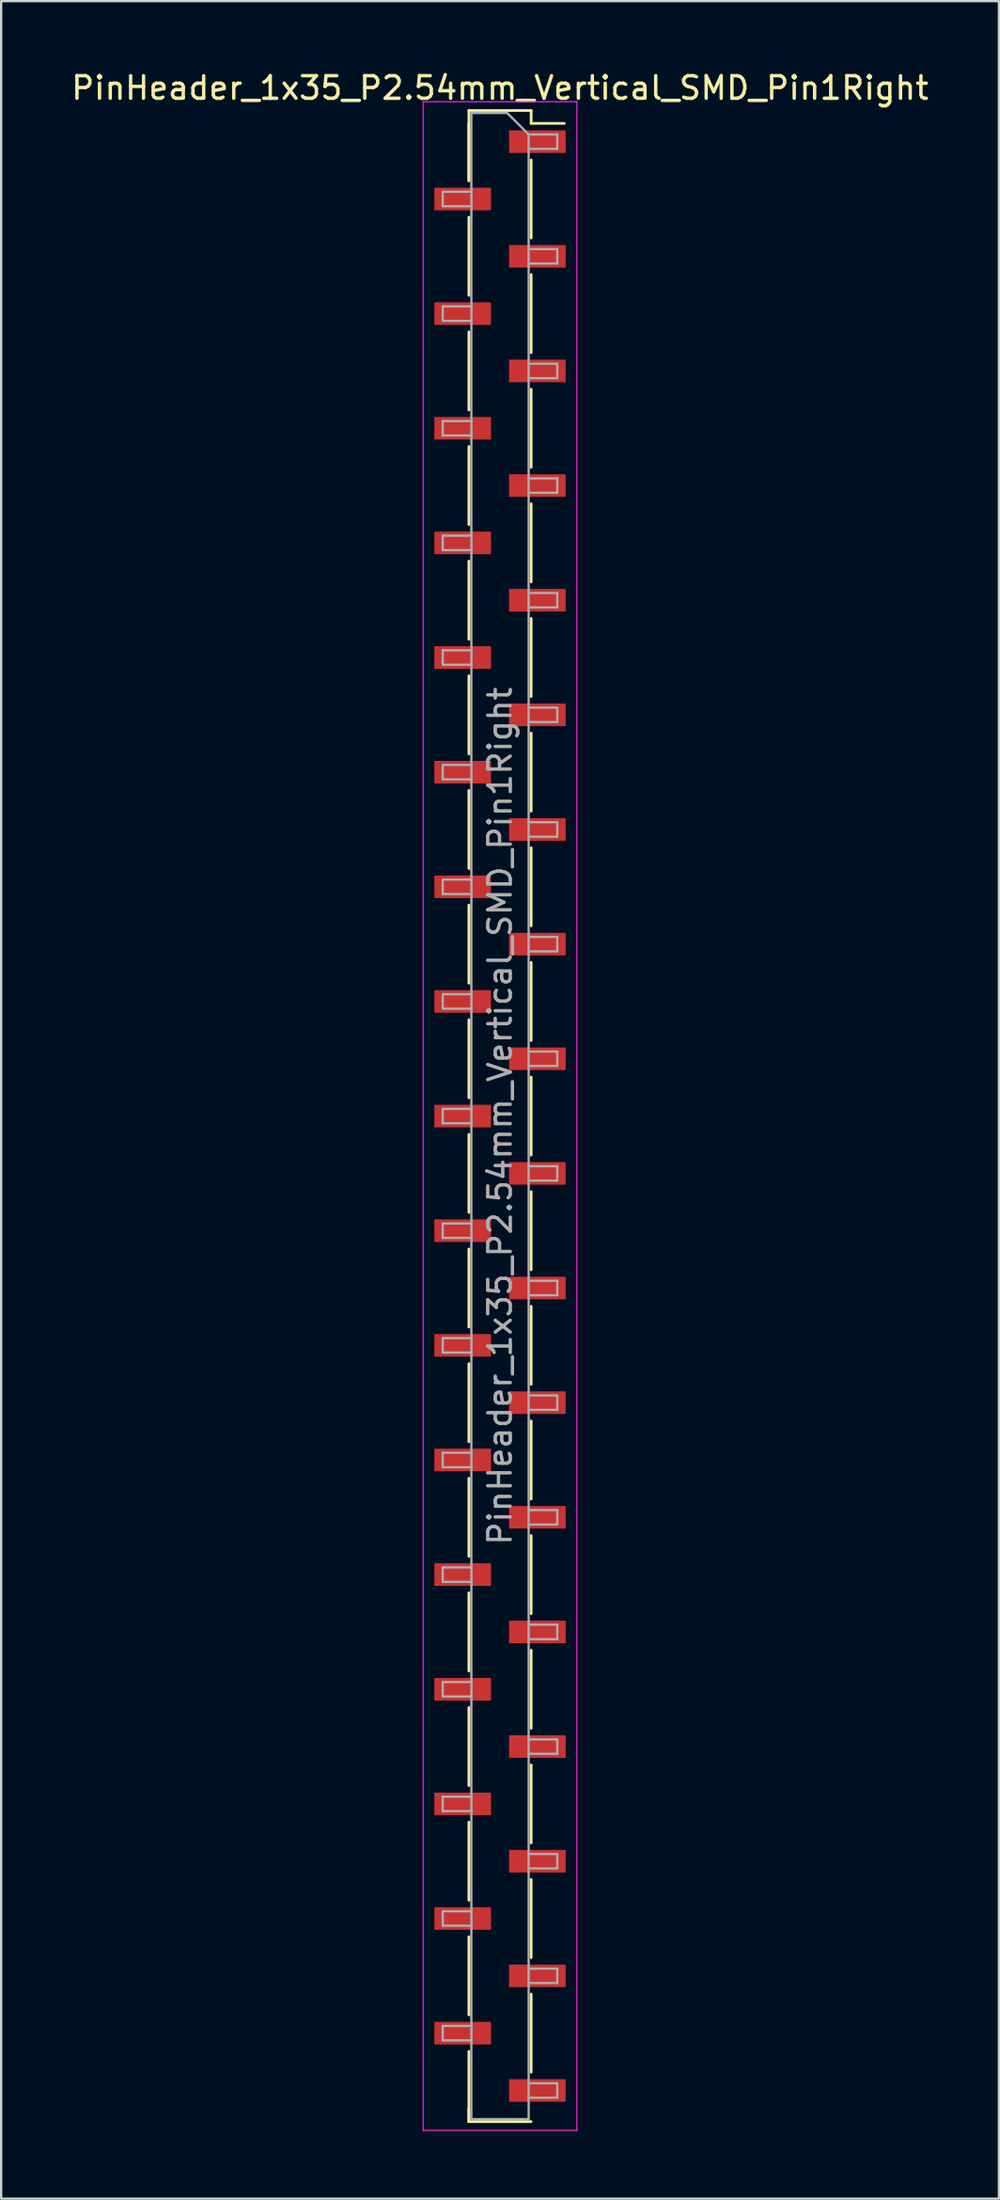
<source format=kicad_pcb>
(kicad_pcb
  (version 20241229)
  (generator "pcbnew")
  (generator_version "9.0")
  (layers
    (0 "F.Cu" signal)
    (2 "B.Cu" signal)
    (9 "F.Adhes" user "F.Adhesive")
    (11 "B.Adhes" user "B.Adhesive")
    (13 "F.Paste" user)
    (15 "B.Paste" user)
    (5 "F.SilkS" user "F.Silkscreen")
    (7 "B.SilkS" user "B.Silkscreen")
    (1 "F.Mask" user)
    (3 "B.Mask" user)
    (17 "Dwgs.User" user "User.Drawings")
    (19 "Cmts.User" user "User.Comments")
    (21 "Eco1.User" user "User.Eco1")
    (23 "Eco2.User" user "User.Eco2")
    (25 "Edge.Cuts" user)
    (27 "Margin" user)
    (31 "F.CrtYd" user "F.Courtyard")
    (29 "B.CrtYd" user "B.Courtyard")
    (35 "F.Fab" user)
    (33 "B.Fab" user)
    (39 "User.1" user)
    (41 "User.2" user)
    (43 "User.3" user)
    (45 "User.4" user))
  (footprint "PinHeader_1x35_P2.54mm_Vertical_SMD_Pin1Right"
    (layer "F.Cu")
    (at 19.125 46.408)
    (property "Reference" "PinHeader_1x35_P2.54mm_Vertical_SMD_Pin1Right" (at 0 -45.56 0) (layer "F.SilkS") (effects (font (size 1 1) (thickness 0.15))))
    (attr smd)
    (fp_line (start -1.38 -44.56) (end -1.38 -41.45) (stroke (width 0.12) (type solid)) (layer "F.SilkS"))
    (fp_line (start -1.38 -44.56) (end 1.38 -44.56) (stroke (width 0.12) (type solid)) (layer "F.SilkS"))
    (fp_line (start -1.38 -43.99) (end -1.38 -41.45) (stroke (width 0.12) (type solid)) (layer "F.SilkS"))
    (fp_line (start -1.38 -39.83) (end -1.38 -36.37) (stroke (width 0.12) (type solid)) (layer "F.SilkS"))
    (fp_line (start -1.38 -34.75) (end -1.38 -31.29) (stroke (width 0.12) (type solid)) (layer "F.SilkS"))
    (fp_line (start -1.38 -29.67) (end -1.38 -26.21) (stroke (width 0.12) (type solid)) (layer "F.SilkS"))
    (fp_line (start -1.38 -24.59) (end -1.38 -21.13) (stroke (width 0.12) (type solid)) (layer "F.SilkS"))
    (fp_line (start -1.38 -19.51) (end -1.38 -16.05) (stroke (width 0.12) (type solid)) (layer "F.SilkS"))
    (fp_line (start -1.38 -14.43) (end -1.38 -10.97) (stroke (width 0.12) (type solid)) (layer "F.SilkS"))
    (fp_line (start -1.38 -9.35) (end -1.38 -5.89) (stroke (width 0.12) (type solid)) (layer "F.SilkS"))
    (fp_line (start -1.38 -4.27) (end -1.38 -0.81) (stroke (width 0.12) (type solid)) (layer "F.SilkS"))
    (fp_line (start -1.38 0.81) (end -1.38 4.27) (stroke (width 0.12) (type solid)) (layer "F.SilkS"))
    (fp_line (start -1.38 5.89) (end -1.38 9.35) (stroke (width 0.12) (type solid)) (layer "F.SilkS"))
    (fp_line (start -1.38 10.97) (end -1.38 14.43) (stroke (width 0.12) (type solid)) (layer "F.SilkS"))
    (fp_line (start -1.38 16.05) (end -1.38 19.51) (stroke (width 0.12) (type solid)) (layer "F.SilkS"))
    (fp_line (start -1.38 21.13) (end -1.38 24.59) (stroke (width 0.12) (type solid)) (layer "F.SilkS"))
    (fp_line (start -1.38 26.21) (end -1.38 29.67) (stroke (width 0.12) (type solid)) (layer "F.SilkS"))
    (fp_line (start -1.38 31.29) (end -1.38 34.75) (stroke (width 0.12) (type solid)) (layer "F.SilkS"))
    (fp_line (start -1.38 36.37) (end -1.38 39.83) (stroke (width 0.12) (type solid)) (layer "F.SilkS"))
    (fp_line (start -1.38 41.45) (end -1.38 44.56) (stroke (width 0.12) (type solid)) (layer "F.SilkS"))
    (fp_line (start -1.38 43.99) (end -1.38 44.56) (stroke (width 0.12) (type solid)) (layer "F.SilkS"))
    (fp_line (start -1.38 44.56) (end 1.38 44.56) (stroke (width 0.12) (type solid)) (layer "F.SilkS"))
    (fp_line (start 1.38 -44.56) (end 1.38 -43.99) (stroke (width 0.12) (type solid)) (layer "F.SilkS"))
    (fp_line (start 1.38 -43.99) (end 2.85 -43.99) (stroke (width 0.12) (type solid)) (layer "F.SilkS"))
    (fp_line (start 1.38 -42.37) (end 1.38 -38.91) (stroke (width 0.12) (type solid)) (layer "F.SilkS"))
    (fp_line (start 1.38 -37.29) (end 1.38 -33.83) (stroke (width 0.12) (type solid)) (layer "F.SilkS"))
    (fp_line (start 1.38 -32.21) (end 1.38 -28.75) (stroke (width 0.12) (type solid)) (layer "F.SilkS"))
    (fp_line (start 1.38 -27.13) (end 1.38 -23.67) (stroke (width 0.12) (type solid)) (layer "F.SilkS"))
    (fp_line (start 1.38 -22.05) (end 1.38 -18.59) (stroke (width 0.12) (type solid)) (layer "F.SilkS"))
    (fp_line (start 1.38 -16.97) (end 1.38 -13.51) (stroke (width 0.12) (type solid)) (layer "F.SilkS"))
    (fp_line (start 1.38 -11.89) (end 1.38 -8.43) (stroke (width 0.12) (type solid)) (layer "F.SilkS"))
    (fp_line (start 1.38 -6.81) (end 1.38 -3.35) (stroke (width 0.12) (type solid)) (layer "F.SilkS"))
    (fp_line (start 1.38 -1.73) (end 1.38 1.73) (stroke (width 0.12) (type solid)) (layer "F.SilkS"))
    (fp_line (start 1.38 3.35) (end 1.38 6.81) (stroke (width 0.12) (type solid)) (layer "F.SilkS"))
    (fp_line (start 1.38 8.43) (end 1.38 11.89) (stroke (width 0.12) (type solid)) (layer "F.SilkS"))
    (fp_line (start 1.38 13.51) (end 1.38 16.97) (stroke (width 0.12) (type solid)) (layer "F.SilkS"))
    (fp_line (start 1.38 18.59) (end 1.38 22.05) (stroke (width 0.12) (type solid)) (layer "F.SilkS"))
    (fp_line (start 1.38 23.67) (end 1.38 27.13) (stroke (width 0.12) (type solid)) (layer "F.SilkS"))
    (fp_line (start 1.38 28.75) (end 1.38 32.21) (stroke (width 0.12) (type solid)) (layer "F.SilkS"))
    (fp_line (start 1.38 33.83) (end 1.38 37.29) (stroke (width 0.12) (type solid)) (layer "F.SilkS"))
    (fp_line (start 1.38 38.91) (end 1.38 42.37) (stroke (width 0.12) (type solid)) (layer "F.SilkS"))
    (fp_line (start -3.41 -44.95) (end -3.41 44.95) (stroke (width 0.05) (type solid)) (layer "F.CrtYd"))
    (fp_line (start -3.41 44.95) (end 3.41 44.95) (stroke (width 0.05) (type solid)) (layer "F.CrtYd"))
    (fp_line (start 3.41 -44.95) (end -3.41 -44.95) (stroke (width 0.05) (type solid)) (layer "F.CrtYd"))
    (fp_line (start 3.41 44.95) (end 3.41 -44.95) (stroke (width 0.05) (type solid)) (layer "F.CrtYd"))
    (fp_line (start -2.54 -40.96) (end -2.54 -40.32) (stroke (width 0.1) (type solid)) (layer "F.Fab"))
    (fp_line (start -2.54 -40.32) (end -1.27 -40.32) (stroke (width 0.1) (type solid)) (layer "F.Fab"))
    (fp_line (start -2.54 -35.88) (end -2.54 -35.24) (stroke (width 0.1) (type solid)) (layer "F.Fab"))
    (fp_line (start -2.54 -35.24) (end -1.27 -35.24) (stroke (width 0.1) (type solid)) (layer "F.Fab"))
    (fp_line (start -2.54 -30.8) (end -2.54 -30.16) (stroke (width 0.1) (type solid)) (layer "F.Fab"))
    (fp_line (start -2.54 -30.16) (end -1.27 -30.16) (stroke (width 0.1) (type solid)) (layer "F.Fab"))
    (fp_line (start -2.54 -25.72) (end -2.54 -25.08) (stroke (width 0.1) (type solid)) (layer "F.Fab"))
    (fp_line (start -2.54 -25.08) (end -1.27 -25.08) (stroke (width 0.1) (type solid)) (layer "F.Fab"))
    (fp_line (start -2.54 -20.64) (end -2.54 -20) (stroke (width 0.1) (type solid)) (layer "F.Fab"))
    (fp_line (start -2.54 -20) (end -1.27 -20) (stroke (width 0.1) (type solid)) (layer "F.Fab"))
    (fp_line (start -2.54 -15.56) (end -2.54 -14.92) (stroke (width 0.1) (type solid)) (layer "F.Fab"))
    (fp_line (start -2.54 -14.92) (end -1.27 -14.92) (stroke (width 0.1) (type solid)) (layer "F.Fab"))
    (fp_line (start -2.54 -10.48) (end -2.54 -9.84) (stroke (width 0.1) (type solid)) (layer "F.Fab"))
    (fp_line (start -2.54 -9.84) (end -1.27 -9.84) (stroke (width 0.1) (type solid)) (layer "F.Fab"))
    (fp_line (start -2.54 -5.4) (end -2.54 -4.76) (stroke (width 0.1) (type solid)) (layer "F.Fab"))
    (fp_line (start -2.54 -4.76) (end -1.27 -4.76) (stroke (width 0.1) (type solid)) (layer "F.Fab"))
    (fp_line (start -2.54 -0.32) (end -2.54 0.32) (stroke (width 0.1) (type solid)) (layer "F.Fab"))
    (fp_line (start -2.54 0.32) (end -1.27 0.32) (stroke (width 0.1) (type solid)) (layer "F.Fab"))
    (fp_line (start -2.54 4.76) (end -2.54 5.4) (stroke (width 0.1) (type solid)) (layer "F.Fab"))
    (fp_line (start -2.54 5.4) (end -1.27 5.4) (stroke (width 0.1) (type solid)) (layer "F.Fab"))
    (fp_line (start -2.54 9.84) (end -2.54 10.48) (stroke (width 0.1) (type solid)) (layer "F.Fab"))
    (fp_line (start -2.54 10.48) (end -1.27 10.48) (stroke (width 0.1) (type solid)) (layer "F.Fab"))
    (fp_line (start -2.54 14.92) (end -2.54 15.56) (stroke (width 0.1) (type solid)) (layer "F.Fab"))
    (fp_line (start -2.54 15.56) (end -1.27 15.56) (stroke (width 0.1) (type solid)) (layer "F.Fab"))
    (fp_line (start -2.54 20) (end -2.54 20.64) (stroke (width 0.1) (type solid)) (layer "F.Fab"))
    (fp_line (start -2.54 20.64) (end -1.27 20.64) (stroke (width 0.1) (type solid)) (layer "F.Fab"))
    (fp_line (start -2.54 25.08) (end -2.54 25.72) (stroke (width 0.1) (type solid)) (layer "F.Fab"))
    (fp_line (start -2.54 25.72) (end -1.27 25.72) (stroke (width 0.1) (type solid)) (layer "F.Fab"))
    (fp_line (start -2.54 30.16) (end -2.54 30.8) (stroke (width 0.1) (type solid)) (layer "F.Fab"))
    (fp_line (start -2.54 30.8) (end -1.27 30.8) (stroke (width 0.1) (type solid)) (layer "F.Fab"))
    (fp_line (start -2.54 35.24) (end -2.54 35.88) (stroke (width 0.1) (type solid)) (layer "F.Fab"))
    (fp_line (start -2.54 35.88) (end -1.27 35.88) (stroke (width 0.1) (type solid)) (layer "F.Fab"))
    (fp_line (start -2.54 40.32) (end -2.54 40.96) (stroke (width 0.1) (type solid)) (layer "F.Fab"))
    (fp_line (start -2.54 40.96) (end -1.27 40.96) (stroke (width 0.1) (type solid)) (layer "F.Fab"))
    (fp_line (start -1.27 -44.45) (end -1.27 44.45) (stroke (width 0.1) (type solid)) (layer "F.Fab"))
    (fp_line (start -1.27 -44.45) (end 0.32 -44.45) (stroke (width 0.1) (type solid)) (layer "F.Fab"))
    (fp_line (start -1.27 -40.96) (end -2.54 -40.96) (stroke (width 0.1) (type solid)) (layer "F.Fab"))
    (fp_line (start -1.27 -35.88) (end -2.54 -35.88) (stroke (width 0.1) (type solid)) (layer "F.Fab"))
    (fp_line (start -1.27 -30.8) (end -2.54 -30.8) (stroke (width 0.1) (type solid)) (layer "F.Fab"))
    (fp_line (start -1.27 -25.72) (end -2.54 -25.72) (stroke (width 0.1) (type solid)) (layer "F.Fab"))
    (fp_line (start -1.27 -20.64) (end -2.54 -20.64) (stroke (width 0.1) (type solid)) (layer "F.Fab"))
    (fp_line (start -1.27 -15.56) (end -2.54 -15.56) (stroke (width 0.1) (type solid)) (layer "F.Fab"))
    (fp_line (start -1.27 -10.48) (end -2.54 -10.48) (stroke (width 0.1) (type solid)) (layer "F.Fab"))
    (fp_line (start -1.27 -5.4) (end -2.54 -5.4) (stroke (width 0.1) (type solid)) (layer "F.Fab"))
    (fp_line (start -1.27 -0.32) (end -2.54 -0.32) (stroke (width 0.1) (type solid)) (layer "F.Fab"))
    (fp_line (start -1.27 4.76) (end -2.54 4.76) (stroke (width 0.1) (type solid)) (layer "F.Fab"))
    (fp_line (start -1.27 9.84) (end -2.54 9.84) (stroke (width 0.1) (type solid)) (layer "F.Fab"))
    (fp_line (start -1.27 14.92) (end -2.54 14.92) (stroke (width 0.1) (type solid)) (layer "F.Fab"))
    (fp_line (start -1.27 20) (end -2.54 20) (stroke (width 0.1) (type solid)) (layer "F.Fab"))
    (fp_line (start -1.27 25.08) (end -2.54 25.08) (stroke (width 0.1) (type solid)) (layer "F.Fab"))
    (fp_line (start -1.27 30.16) (end -2.54 30.16) (stroke (width 0.1) (type solid)) (layer "F.Fab"))
    (fp_line (start -1.27 35.24) (end -2.54 35.24) (stroke (width 0.1) (type solid)) (layer "F.Fab"))
    (fp_line (start -1.27 40.32) (end -2.54 40.32) (stroke (width 0.1) (type solid)) (layer "F.Fab"))
    (fp_line (start 1.27 -43.5) (end 0.32 -44.45) (stroke (width 0.1) (type solid)) (layer "F.Fab"))
    (fp_line (start 1.27 -43.5) (end 2.54 -43.5) (stroke (width 0.1) (type solid)) (layer "F.Fab"))
    (fp_line (start 1.27 -38.42) (end 2.54 -38.42) (stroke (width 0.1) (type solid)) (layer "F.Fab"))
    (fp_line (start 1.27 -33.34) (end 2.54 -33.34) (stroke (width 0.1) (type solid)) (layer "F.Fab"))
    (fp_line (start 1.27 -28.26) (end 2.54 -28.26) (stroke (width 0.1) (type solid)) (layer "F.Fab"))
    (fp_line (start 1.27 -23.18) (end 2.54 -23.18) (stroke (width 0.1) (type solid)) (layer "F.Fab"))
    (fp_line (start 1.27 -18.1) (end 2.54 -18.1) (stroke (width 0.1) (type solid)) (layer "F.Fab"))
    (fp_line (start 1.27 -13.02) (end 2.54 -13.02) (stroke (width 0.1) (type solid)) (layer "F.Fab"))
    (fp_line (start 1.27 -7.94) (end 2.54 -7.94) (stroke (width 0.1) (type solid)) (layer "F.Fab"))
    (fp_line (start 1.27 -2.86) (end 2.54 -2.86) (stroke (width 0.1) (type solid)) (layer "F.Fab"))
    (fp_line (start 1.27 2.22) (end 2.54 2.22) (stroke (width 0.1) (type solid)) (layer "F.Fab"))
    (fp_line (start 1.27 7.3) (end 2.54 7.3) (stroke (width 0.1) (type solid)) (layer "F.Fab"))
    (fp_line (start 1.27 12.38) (end 2.54 12.38) (stroke (width 0.1) (type solid)) (layer "F.Fab"))
    (fp_line (start 1.27 17.46) (end 2.54 17.46) (stroke (width 0.1) (type solid)) (layer "F.Fab"))
    (fp_line (start 1.27 22.54) (end 2.54 22.54) (stroke (width 0.1) (type solid)) (layer "F.Fab"))
    (fp_line (start 1.27 27.62) (end 2.54 27.62) (stroke (width 0.1) (type solid)) (layer "F.Fab"))
    (fp_line (start 1.27 32.7) (end 2.54 32.7) (stroke (width 0.1) (type solid)) (layer "F.Fab"))
    (fp_line (start 1.27 37.78) (end 2.54 37.78) (stroke (width 0.1) (type solid)) (layer "F.Fab"))
    (fp_line (start 1.27 42.86) (end 2.54 42.86) (stroke (width 0.1) (type solid)) (layer "F.Fab"))
    (fp_line (start 1.27 44.45) (end -1.27 44.45) (stroke (width 0.1) (type solid)) (layer "F.Fab"))
    (fp_line (start 1.27 44.45) (end 1.27 -43.5) (stroke (width 0.1) (type solid)) (layer "F.Fab"))
    (fp_line (start 2.54 -43.5) (end 2.54 -42.86) (stroke (width 0.1) (type solid)) (layer "F.Fab"))
    (fp_line (start 2.54 -42.86) (end 1.27 -42.86) (stroke (width 0.1) (type solid)) (layer "F.Fab"))
    (fp_line (start 2.54 -38.42) (end 2.54 -37.78) (stroke (width 0.1) (type solid)) (layer "F.Fab"))
    (fp_line (start 2.54 -37.78) (end 1.27 -37.78) (stroke (width 0.1) (type solid)) (layer "F.Fab"))
    (fp_line (start 2.54 -33.34) (end 2.54 -32.7) (stroke (width 0.1) (type solid)) (layer "F.Fab"))
    (fp_line (start 2.54 -32.7) (end 1.27 -32.7) (stroke (width 0.1) (type solid)) (layer "F.Fab"))
    (fp_line (start 2.54 -28.26) (end 2.54 -27.62) (stroke (width 0.1) (type solid)) (layer "F.Fab"))
    (fp_line (start 2.54 -27.62) (end 1.27 -27.62) (stroke (width 0.1) (type solid)) (layer "F.Fab"))
    (fp_line (start 2.54 -23.18) (end 2.54 -22.54) (stroke (width 0.1) (type solid)) (layer "F.Fab"))
    (fp_line (start 2.54 -22.54) (end 1.27 -22.54) (stroke (width 0.1) (type solid)) (layer "F.Fab"))
    (fp_line (start 2.54 -18.1) (end 2.54 -17.46) (stroke (width 0.1) (type solid)) (layer "F.Fab"))
    (fp_line (start 2.54 -17.46) (end 1.27 -17.46) (stroke (width 0.1) (type solid)) (layer "F.Fab"))
    (fp_line (start 2.54 -13.02) (end 2.54 -12.38) (stroke (width 0.1) (type solid)) (layer "F.Fab"))
    (fp_line (start 2.54 -12.38) (end 1.27 -12.38) (stroke (width 0.1) (type solid)) (layer "F.Fab"))
    (fp_line (start 2.54 -7.94) (end 2.54 -7.3) (stroke (width 0.1) (type solid)) (layer "F.Fab"))
    (fp_line (start 2.54 -7.3) (end 1.27 -7.3) (stroke (width 0.1) (type solid)) (layer "F.Fab"))
    (fp_line (start 2.54 -2.86) (end 2.54 -2.22) (stroke (width 0.1) (type solid)) (layer "F.Fab"))
    (fp_line (start 2.54 -2.22) (end 1.27 -2.22) (stroke (width 0.1) (type solid)) (layer "F.Fab"))
    (fp_line (start 2.54 2.22) (end 2.54 2.86) (stroke (width 0.1) (type solid)) (layer "F.Fab"))
    (fp_line (start 2.54 2.86) (end 1.27 2.86) (stroke (width 0.1) (type solid)) (layer "F.Fab"))
    (fp_line (start 2.54 7.3) (end 2.54 7.94) (stroke (width 0.1) (type solid)) (layer "F.Fab"))
    (fp_line (start 2.54 7.94) (end 1.27 7.94) (stroke (width 0.1) (type solid)) (layer "F.Fab"))
    (fp_line (start 2.54 12.38) (end 2.54 13.02) (stroke (width 0.1) (type solid)) (layer "F.Fab"))
    (fp_line (start 2.54 13.02) (end 1.27 13.02) (stroke (width 0.1) (type solid)) (layer "F.Fab"))
    (fp_line (start 2.54 17.46) (end 2.54 18.1) (stroke (width 0.1) (type solid)) (layer "F.Fab"))
    (fp_line (start 2.54 18.1) (end 1.27 18.1) (stroke (width 0.1) (type solid)) (layer "F.Fab"))
    (fp_line (start 2.54 22.54) (end 2.54 23.18) (stroke (width 0.1) (type solid)) (layer "F.Fab"))
    (fp_line (start 2.54 23.18) (end 1.27 23.18) (stroke (width 0.1) (type solid)) (layer "F.Fab"))
    (fp_line (start 2.54 27.62) (end 2.54 28.26) (stroke (width 0.1) (type solid)) (layer "F.Fab"))
    (fp_line (start 2.54 28.26) (end 1.27 28.26) (stroke (width 0.1) (type solid)) (layer "F.Fab"))
    (fp_line (start 2.54 32.7) (end 2.54 33.34) (stroke (width 0.1) (type solid)) (layer "F.Fab"))
    (fp_line (start 2.54 33.34) (end 1.27 33.34) (stroke (width 0.1) (type solid)) (layer "F.Fab"))
    (fp_line (start 2.54 37.78) (end 2.54 38.42) (stroke (width 0.1) (type solid)) (layer "F.Fab"))
    (fp_line (start 2.54 38.42) (end 1.27 38.42) (stroke (width 0.1) (type solid)) (layer "F.Fab"))
    (fp_line (start 2.54 42.86) (end 2.54 43.5) (stroke (width 0.1) (type solid)) (layer "F.Fab"))
    (fp_line (start 2.54 43.5) (end 1.27 43.5) (stroke (width 0.1) (type solid)) (layer "F.Fab"))
    (fp_text user "${REFERENCE}" (at 0 0 90) (layer "F.Fab") (effects (font (size 1 1) (thickness 0.15))))
    (pad "1" smd rect (at 1.655 -43.18) (size 2.51 1) (layers "F.Cu" "F.Mask" "F.Paste"))
    (pad "2" smd rect (at -1.655 -40.64) (size 2.51 1) (layers "F.Cu" "F.Mask" "F.Paste"))
    (pad "3" smd rect (at 1.655 -38.1) (size 2.51 1) (layers "F.Cu" "F.Mask" "F.Paste"))
    (pad "4" smd rect (at -1.655 -35.56) (size 2.51 1) (layers "F.Cu" "F.Mask" "F.Paste"))
    (pad "5" smd rect (at 1.655 -33.02) (size 2.51 1) (layers "F.Cu" "F.Mask" "F.Paste"))
    (pad "6" smd rect (at -1.655 -30.48) (size 2.51 1) (layers "F.Cu" "F.Mask" "F.Paste"))
    (pad "7" smd rect (at 1.655 -27.94) (size 2.51 1) (layers "F.Cu" "F.Mask" "F.Paste"))
    (pad "8" smd rect (at -1.655 -25.4) (size 2.51 1) (layers "F.Cu" "F.Mask" "F.Paste"))
    (pad "9" smd rect (at 1.655 -22.86) (size 2.51 1) (layers "F.Cu" "F.Mask" "F.Paste"))
    (pad "10" smd rect (at -1.655 -20.32) (size 2.51 1) (layers "F.Cu" "F.Mask" "F.Paste"))
    (pad "11" smd rect (at 1.655 -17.78) (size 2.51 1) (layers "F.Cu" "F.Mask" "F.Paste"))
    (pad "12" smd rect (at -1.655 -15.24) (size 2.51 1) (layers "F.Cu" "F.Mask" "F.Paste"))
    (pad "13" smd rect (at 1.655 -12.7) (size 2.51 1) (layers "F.Cu" "F.Mask" "F.Paste"))
    (pad "14" smd rect (at -1.655 -10.16) (size 2.51 1) (layers "F.Cu" "F.Mask" "F.Paste"))
    (pad "15" smd rect (at 1.655 -7.62) (size 2.51 1) (layers "F.Cu" "F.Mask" "F.Paste"))
    (pad "16" smd rect (at -1.655 -5.08) (size 2.51 1) (layers "F.Cu" "F.Mask" "F.Paste"))
    (pad "17" smd rect (at 1.655 -2.54) (size 2.51 1) (layers "F.Cu" "F.Mask" "F.Paste"))
    (pad "18" smd rect (at -1.655 0) (size 2.51 1) (layers "F.Cu" "F.Mask" "F.Paste"))
    (pad "19" smd rect (at 1.655 2.54) (size 2.51 1) (layers "F.Cu" "F.Mask" "F.Paste"))
    (pad "20" smd rect (at -1.655 5.08) (size 2.51 1) (layers "F.Cu" "F.Mask" "F.Paste"))
    (pad "21" smd rect (at 1.655 7.62) (size 2.51 1) (layers "F.Cu" "F.Mask" "F.Paste"))
    (pad "22" smd rect (at -1.655 10.16) (size 2.51 1) (layers "F.Cu" "F.Mask" "F.Paste"))
    (pad "23" smd rect (at 1.655 12.7) (size 2.51 1) (layers "F.Cu" "F.Mask" "F.Paste"))
    (pad "24" smd rect (at -1.655 15.24) (size 2.51 1) (layers "F.Cu" "F.Mask" "F.Paste"))
    (pad "25" smd rect (at 1.655 17.78) (size 2.51 1) (layers "F.Cu" "F.Mask" "F.Paste"))
    (pad "26" smd rect (at -1.655 20.32) (size 2.51 1) (layers "F.Cu" "F.Mask" "F.Paste"))
    (pad "27" smd rect (at 1.655 22.86) (size 2.51 1) (layers "F.Cu" "F.Mask" "F.Paste"))
    (pad "28" smd rect (at -1.655 25.4) (size 2.51 1) (layers "F.Cu" "F.Mask" "F.Paste"))
    (pad "29" smd rect (at 1.655 27.94) (size 2.51 1) (layers "F.Cu" "F.Mask" "F.Paste"))
    (pad "30" smd rect (at -1.655 30.48) (size 2.51 1) (layers "F.Cu" "F.Mask" "F.Paste"))
    (pad "31" smd rect (at 1.655 33.02) (size 2.51 1) (layers "F.Cu" "F.Mask" "F.Paste"))
    (pad "32" smd rect (at -1.655 35.56) (size 2.51 1) (layers "F.Cu" "F.Mask" "F.Paste"))
    (pad "33" smd rect (at 1.655 38.1) (size 2.51 1) (layers "F.Cu" "F.Mask" "F.Paste"))
    (pad "34" smd rect (at -1.655 40.64) (size 2.51 1) (layers "F.Cu" "F.Mask" "F.Paste"))
    (pad "35" smd rect (at 1.655 43.18) (size 2.51 1) (layers "F.Cu" "F.Mask" "F.Paste")))
  (gr_rect
    (start -3 -3)
    (end 41.25 94.383)
    (stroke (width 0.1) (type default))
    (fill no)
    (layer "Edge.Cuts")))
</source>
